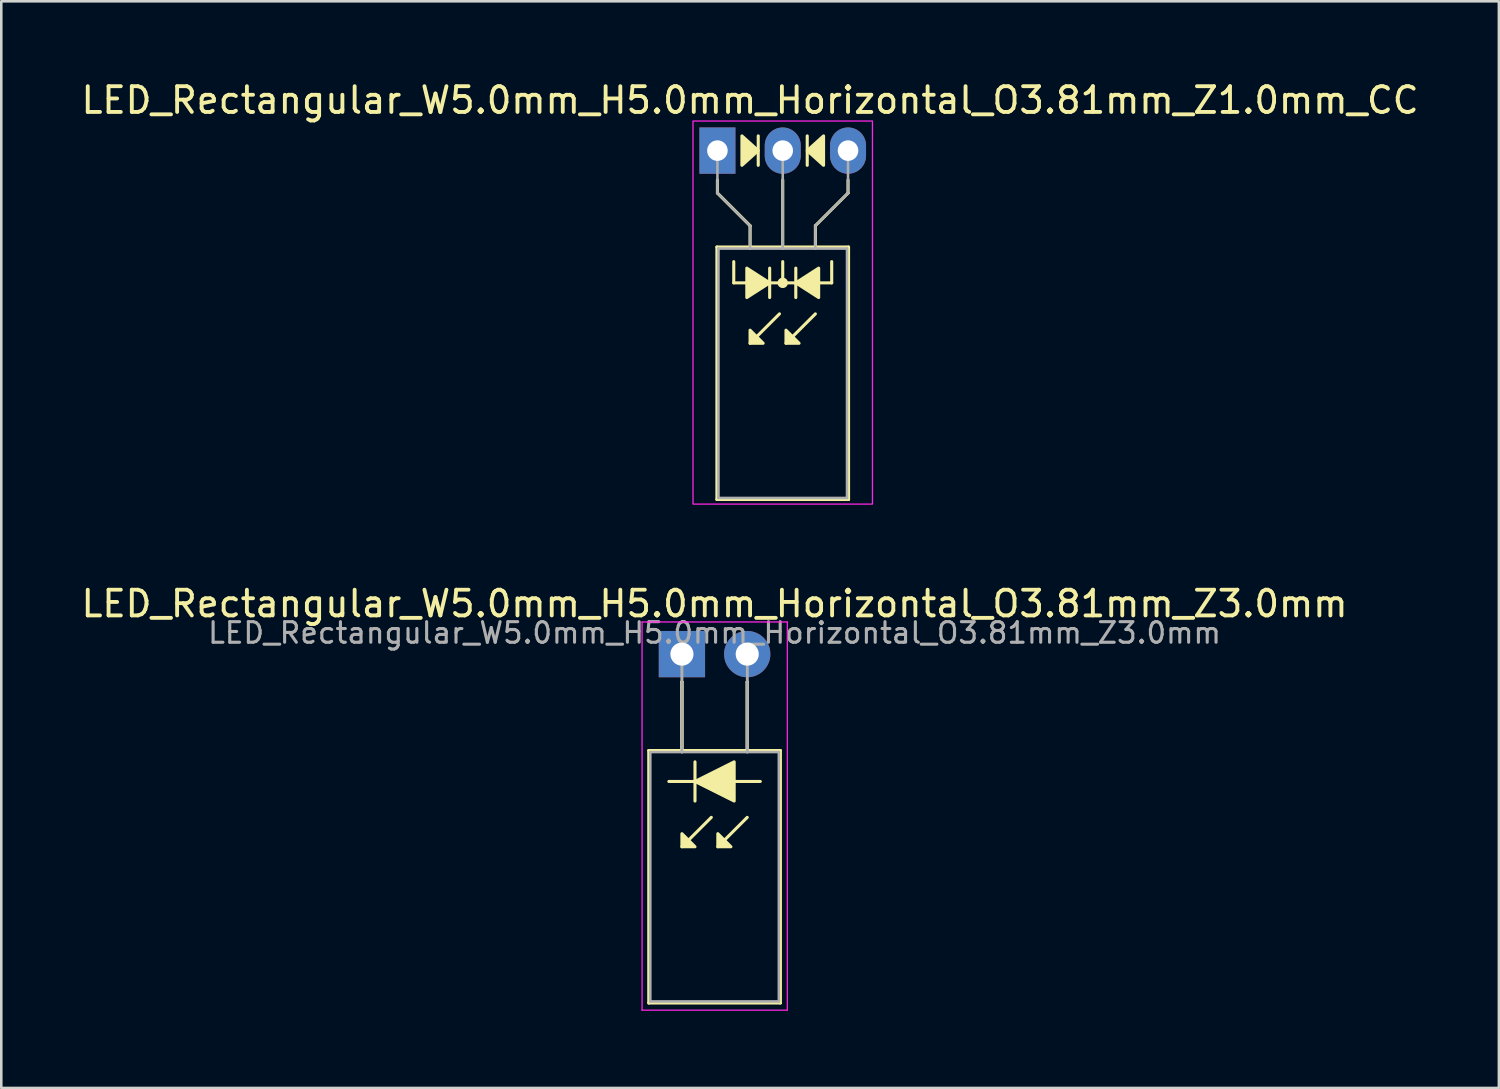
<source format=kicad_pcb>
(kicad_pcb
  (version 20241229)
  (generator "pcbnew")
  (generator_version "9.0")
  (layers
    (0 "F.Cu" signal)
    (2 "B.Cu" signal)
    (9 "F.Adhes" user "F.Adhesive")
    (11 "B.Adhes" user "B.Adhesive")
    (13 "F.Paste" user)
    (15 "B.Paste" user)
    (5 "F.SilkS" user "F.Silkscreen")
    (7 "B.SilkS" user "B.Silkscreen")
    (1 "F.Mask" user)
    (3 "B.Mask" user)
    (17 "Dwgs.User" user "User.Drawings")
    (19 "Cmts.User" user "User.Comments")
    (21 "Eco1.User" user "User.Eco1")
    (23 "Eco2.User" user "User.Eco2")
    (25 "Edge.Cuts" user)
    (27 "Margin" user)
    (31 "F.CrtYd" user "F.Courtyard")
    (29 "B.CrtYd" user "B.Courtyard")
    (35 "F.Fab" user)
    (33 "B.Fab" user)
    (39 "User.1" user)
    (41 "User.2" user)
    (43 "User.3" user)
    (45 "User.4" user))
  (footprint "LED_Rectangular_W5.0mm_H5.0mm_Horizontal_O3.81mm_Z3.0mm"
    (layer "F.Cu")
    (at 23.474 22.392)
    (property "Reference" "LED_Rectangular_W5.0mm_H5.0mm_Horizontal_O3.81mm_Z3.0mm" (at 1.27 -1.96 0) (layer "F.SilkS") (effects (font (size 1 1) (thickness 0.15))))
    (fp_line (start -1.29 3.75) (end -1.29 13.57) (stroke (width 0.12) (type solid)) (layer "F.SilkS"))
    (fp_line (start -1.29 13.57) (end 3.83 13.57) (stroke (width 0.12) (type solid)) (layer "F.SilkS"))
    (fp_line (start 0 1.08) (end 0 1.08) (stroke (width 0.12) (type solid)) (layer "F.SilkS"))
    (fp_line (start 0 1.08) (end 0 3.75) (stroke (width 0.12) (type solid)) (layer "F.SilkS"))
    (fp_line (start 0 3.75) (end 0 1.08) (stroke (width 0.12) (type solid)) (layer "F.SilkS"))
    (fp_line (start 0 3.75) (end 0 3.75) (stroke (width 0.12) (type solid)) (layer "F.SilkS"))
    (fp_line (start 0.508 4.191) (end 0.508 5.715) (stroke (width 0.12) (type solid)) (layer "F.SilkS"))
    (fp_line (start 0.508 4.953) (end -0.508 4.953) (stroke (width 0.12) (type solid)) (layer "F.SilkS"))
    (fp_line (start 1.143 6.35) (end 0 7.493) (stroke (width 0.12) (type solid)) (layer "F.SilkS"))
    (fp_line (start 2.54 1.08) (end 2.54 1.08) (stroke (width 0.12) (type solid)) (layer "F.SilkS"))
    (fp_line (start 2.54 1.08) (end 2.54 3.75) (stroke (width 0.12) (type solid)) (layer "F.SilkS"))
    (fp_line (start 2.54 3.75) (end 2.54 1.08) (stroke (width 0.12) (type solid)) (layer "F.SilkS"))
    (fp_line (start 2.54 3.75) (end 2.54 3.75) (stroke (width 0.12) (type solid)) (layer "F.SilkS"))
    (fp_line (start 2.54 6.35) (end 1.397 7.493) (stroke (width 0.12) (type solid)) (layer "F.SilkS"))
    (fp_line (start 3.048 4.953) (end 2.032 4.953) (stroke (width 0.12) (type solid)) (layer "F.SilkS"))
    (fp_line (start 3.83 3.75) (end -1.29 3.75) (stroke (width 0.12) (type solid)) (layer "F.SilkS"))
    (fp_line (start 3.83 13.57) (end 3.83 3.75) (stroke (width 0.12) (type solid)) (layer "F.SilkS"))
    (fp_poly (pts (xy 0 6.985) (xy 0.508 7.493) (xy 0 7.493)) (stroke (width 0.12) (type solid)) (fill yes) (layer "F.SilkS"))
    (fp_poly (pts (xy 1.397 6.985) (xy 1.905 7.493) (xy 1.397 7.493)) (stroke (width 0.12) (type solid)) (fill yes) (layer "F.SilkS"))
    (fp_poly (pts (xy 2.032 5.715) (xy 0.508 4.953) (xy 2.032 4.191)) (stroke (width 0.12) (type solid)) (fill yes) (layer "F.SilkS"))
    (fp_line (start -1.55 -1.25) (end -1.55 13.85) (stroke (width 0.05) (type solid)) (layer "F.CrtYd"))
    (fp_line (start -1.55 13.85) (end 4.1 13.85) (stroke (width 0.05) (type solid)) (layer "F.CrtYd"))
    (fp_line (start 4.1 -1.25) (end -1.55 -1.25) (stroke (width 0.05) (type solid)) (layer "F.CrtYd"))
    (fp_line (start 4.1 13.85) (end 4.1 -1.25) (stroke (width 0.05) (type solid)) (layer "F.CrtYd"))
    (fp_line (start -1.23 3.81) (end -1.23 13.51) (stroke (width 0.1) (type solid)) (layer "F.Fab"))
    (fp_line (start -1.23 13.51) (end 3.77 13.51) (stroke (width 0.1) (type solid)) (layer "F.Fab"))
    (fp_line (start 0 0) (end 0 0) (stroke (width 0.1) (type solid)) (layer "F.Fab"))
    (fp_line (start 0 0) (end 0 3.81) (stroke (width 0.1) (type solid)) (layer "F.Fab"))
    (fp_line (start 0 3.81) (end 0 0) (stroke (width 0.1) (type solid)) (layer "F.Fab"))
    (fp_line (start 0 3.81) (end 0 3.81) (stroke (width 0.1) (type solid)) (layer "F.Fab"))
    (fp_line (start 2.54 0) (end 2.54 0) (stroke (width 0.1) (type solid)) (layer "F.Fab"))
    (fp_line (start 2.54 0) (end 2.54 3.81) (stroke (width 0.1) (type solid)) (layer "F.Fab"))
    (fp_line (start 2.54 3.81) (end 2.54 0) (stroke (width 0.1) (type solid)) (layer "F.Fab"))
    (fp_line (start 2.54 3.81) (end 2.54 3.81) (stroke (width 0.1) (type solid)) (layer "F.Fab"))
    (fp_line (start 3.77 3.81) (end -1.23 3.81) (stroke (width 0.1) (type solid)) (layer "F.Fab"))
    (fp_line (start 3.77 13.51) (end 3.77 3.81) (stroke (width 0.1) (type solid)) (layer "F.Fab"))
    (fp_text user "${REFERENCE}" (at 1.27 -0.826 0) (layer "F.Fab") (effects (font (size 0.8 0.8) (thickness 0.12))))
    (pad "1" thru_hole rect (at 0 0) (size 1.8 1.8) (drill 0.9) (layers "*.Cu" "*.Mask"))
    (pad "2" thru_hole circle (at 2.54 0) (size 1.8 1.8) (drill 0.9) (layers "*.Cu" "*.Mask")))
  (footprint "LED_Rectangular_W5.0mm_H5.0mm_Horizontal_O3.81mm_Z1.0mm_CC"
    (layer "F.Cu")
    (at 24.855 2.808)
    (property "Reference" "LED_Rectangular_W5.0mm_H5.0mm_Horizontal_O3.81mm_Z1.0mm_CC" (at 1.27 -1.96 0) (layer "F.SilkS") (effects (font (size 1 1) (thickness 0.15))))
    (fp_line (start -0.02 3.75) (end -0.02 13.57) (stroke (width 0.12) (type solid)) (layer "F.SilkS"))
    (fp_line (start -0.02 13.57) (end 5.1 13.57) (stroke (width 0.12) (type solid)) (layer "F.SilkS"))
    (fp_line (start 0 1.143) (end 0 1.651) (stroke (width 0.12) (type default)) (layer "F.SilkS"))
    (fp_line (start 0 1.651) (end 1.27 2.921) (stroke (width 0.12) (type default)) (layer "F.SilkS"))
    (fp_line (start 0.635 5.144) (end 0.635 4.318) (stroke (width 0.12) (type default)) (layer "F.SilkS"))
    (fp_line (start 0.635 5.144) (end 4.445 5.144) (stroke (width 0.12) (type default)) (layer "F.SilkS"))
    (fp_line (start 1.27 2.921) (end 1.27 3.75) (stroke (width 0.12) (type default)) (layer "F.SilkS"))
    (fp_line (start 1.27 3.75) (end 1.27 3.75) (stroke (width 0.12) (type solid)) (layer "F.SilkS"))
    (fp_line (start 1.587 0.572) (end 1.587 -0.572) (stroke (width 0.12) (type solid)) (layer "F.SilkS"))
    (fp_line (start 2.032 5.715) (end 2.032 4.572) (stroke (width 0.12) (type solid)) (layer "F.SilkS"))
    (fp_line (start 2.413 6.35) (end 1.27 7.493) (stroke (width 0.12) (type solid)) (layer "F.SilkS"))
    (fp_line (start 2.54 3.75) (end 2.54 1.143) (stroke (width 0.12) (type default)) (layer "F.SilkS"))
    (fp_line (start 2.54 5.144) (end 2.54 4.318) (stroke (width 0.12) (type default)) (layer "F.SilkS"))
    (fp_line (start 3.048 4.572) (end 3.048 5.715) (stroke (width 0.12) (type solid)) (layer "F.SilkS"))
    (fp_line (start 3.493 -0.572) (end 3.493 0.572) (stroke (width 0.12) (type solid)) (layer "F.SilkS"))
    (fp_line (start 3.81 2.921) (end 3.81 3.75) (stroke (width 0.12) (type default)) (layer "F.SilkS"))
    (fp_line (start 3.81 3.75) (end 3.81 3.75) (stroke (width 0.12) (type solid)) (layer "F.SilkS"))
    (fp_line (start 3.81 6.35) (end 2.667 7.493) (stroke (width 0.12) (type solid)) (layer "F.SilkS"))
    (fp_line (start 4.445 5.144) (end 4.445 4.318) (stroke (width 0.12) (type default)) (layer "F.SilkS"))
    (fp_line (start 5.08 1.143) (end 5.08 1.651) (stroke (width 0.12) (type default)) (layer "F.SilkS"))
    (fp_line (start 5.08 1.651) (end 3.81 2.921) (stroke (width 0.12) (type default)) (layer "F.SilkS"))
    (fp_line (start 5.1 3.75) (end -0.02 3.75) (stroke (width 0.12) (type solid)) (layer "F.SilkS"))
    (fp_line (start 5.1 13.57) (end 5.1 3.75) (stroke (width 0.12) (type solid)) (layer "F.SilkS"))
    (fp_circle (center 2.54 5.144) (end 2.682 5.144) (stroke (width 0.12) (type solid)) (fill yes) (layer "F.SilkS"))
    (fp_poly (pts (xy 0.953 -0.572) (xy 1.587 0) (xy 0.953 0.572)) (stroke (width 0.12) (type solid)) (fill yes) (layer "F.SilkS"))
    (fp_poly (pts (xy 1.143 4.572) (xy 2.032 5.144) (xy 1.143 5.715)) (stroke (width 0.12) (type solid)) (fill yes) (layer "F.SilkS"))
    (fp_poly (pts (xy 1.27 6.985) (xy 1.778 7.493) (xy 1.27 7.493)) (stroke (width 0.12) (type solid)) (fill yes) (layer "F.SilkS"))
    (fp_poly (pts (xy 2.667 6.985) (xy 3.175 7.493) (xy 2.667 7.493)) (stroke (width 0.12) (type solid)) (fill yes) (layer "F.SilkS"))
    (fp_poly (pts (xy 3.937 5.715) (xy 3.048 5.144) (xy 3.937 4.572)) (stroke (width 0.12) (type solid)) (fill yes) (layer "F.SilkS"))
    (fp_poly (pts (xy 4.128 0.572) (xy 3.493 0) (xy 4.128 -0.572)) (stroke (width 0.12) (type solid)) (fill yes) (layer "F.SilkS"))
    (fp_rect (start -0.95 -1.15) (end 6.03 13.75) (stroke (width 0.05) (type default)) (fill no) (layer "F.CrtYd"))
    (fp_line (start 0 0) (end 0 0) (stroke (width 0.1) (type solid)) (layer "F.Fab"))
    (fp_line (start 0 1.651) (end 0 0) (stroke (width 0.1) (type default)) (layer "F.Fab"))
    (fp_line (start 0.04 3.81) (end 0.04 13.51) (stroke (width 0.1) (type solid)) (layer "F.Fab"))
    (fp_line (start 0.04 13.51) (end 5.04 13.51) (stroke (width 0.1) (type solid)) (layer "F.Fab"))
    (fp_line (start 1.27 2.921) (end 0 1.651) (stroke (width 0.1) (type default)) (layer "F.Fab"))
    (fp_line (start 1.27 2.921) (end 1.27 3.81) (stroke (width 0.1) (type default)) (layer "F.Fab"))
    (fp_line (start 1.27 3.81) (end 1.27 3.81) (stroke (width 0.1) (type solid)) (layer "F.Fab"))
    (fp_line (start 2.54 0) (end 2.54 0) (stroke (width 0.1) (type solid)) (layer "F.Fab"))
    (fp_line (start 2.54 0) (end 2.54 3.81) (stroke (width 0.1) (type default)) (layer "F.Fab"))
    (fp_line (start 3.81 2.921) (end 3.81 3.81) (stroke (width 0.1) (type default)) (layer "F.Fab"))
    (fp_line (start 3.81 2.921) (end 5.08 1.651) (stroke (width 0.1) (type default)) (layer "F.Fab"))
    (fp_line (start 3.81 3.81) (end 3.81 3.81) (stroke (width 0.1) (type solid)) (layer "F.Fab"))
    (fp_line (start 5.04 3.81) (end 0.04 3.81) (stroke (width 0.1) (type solid)) (layer "F.Fab"))
    (fp_line (start 5.04 13.51) (end 5.04 3.81) (stroke (width 0.1) (type solid)) (layer "F.Fab"))
    (fp_line (start 5.08 1.651) (end 5.08 0) (stroke (width 0.1) (type default)) (layer "F.Fab"))
    (pad "1" thru_hole rect (at 0 0) (size 1.4 1.8) (drill 0.8) (layers "*.Cu" "*.Mask"))
    (pad "2" thru_hole oval (at 2.54 0) (size 1.4 1.8) (drill 0.8) (layers "*.Cu" "*.Mask"))
    (pad "3" thru_hole oval (at 5.08 0) (size 1.4 1.8) (drill 0.8) (layers "*.Cu" "*.Mask")))
  (gr_rect
    (start -3 -3)
    (end 55.25 39.267)
    (stroke (width 0.1) (type default))
    (fill no)
    (layer "Edge.Cuts")))
</source>
